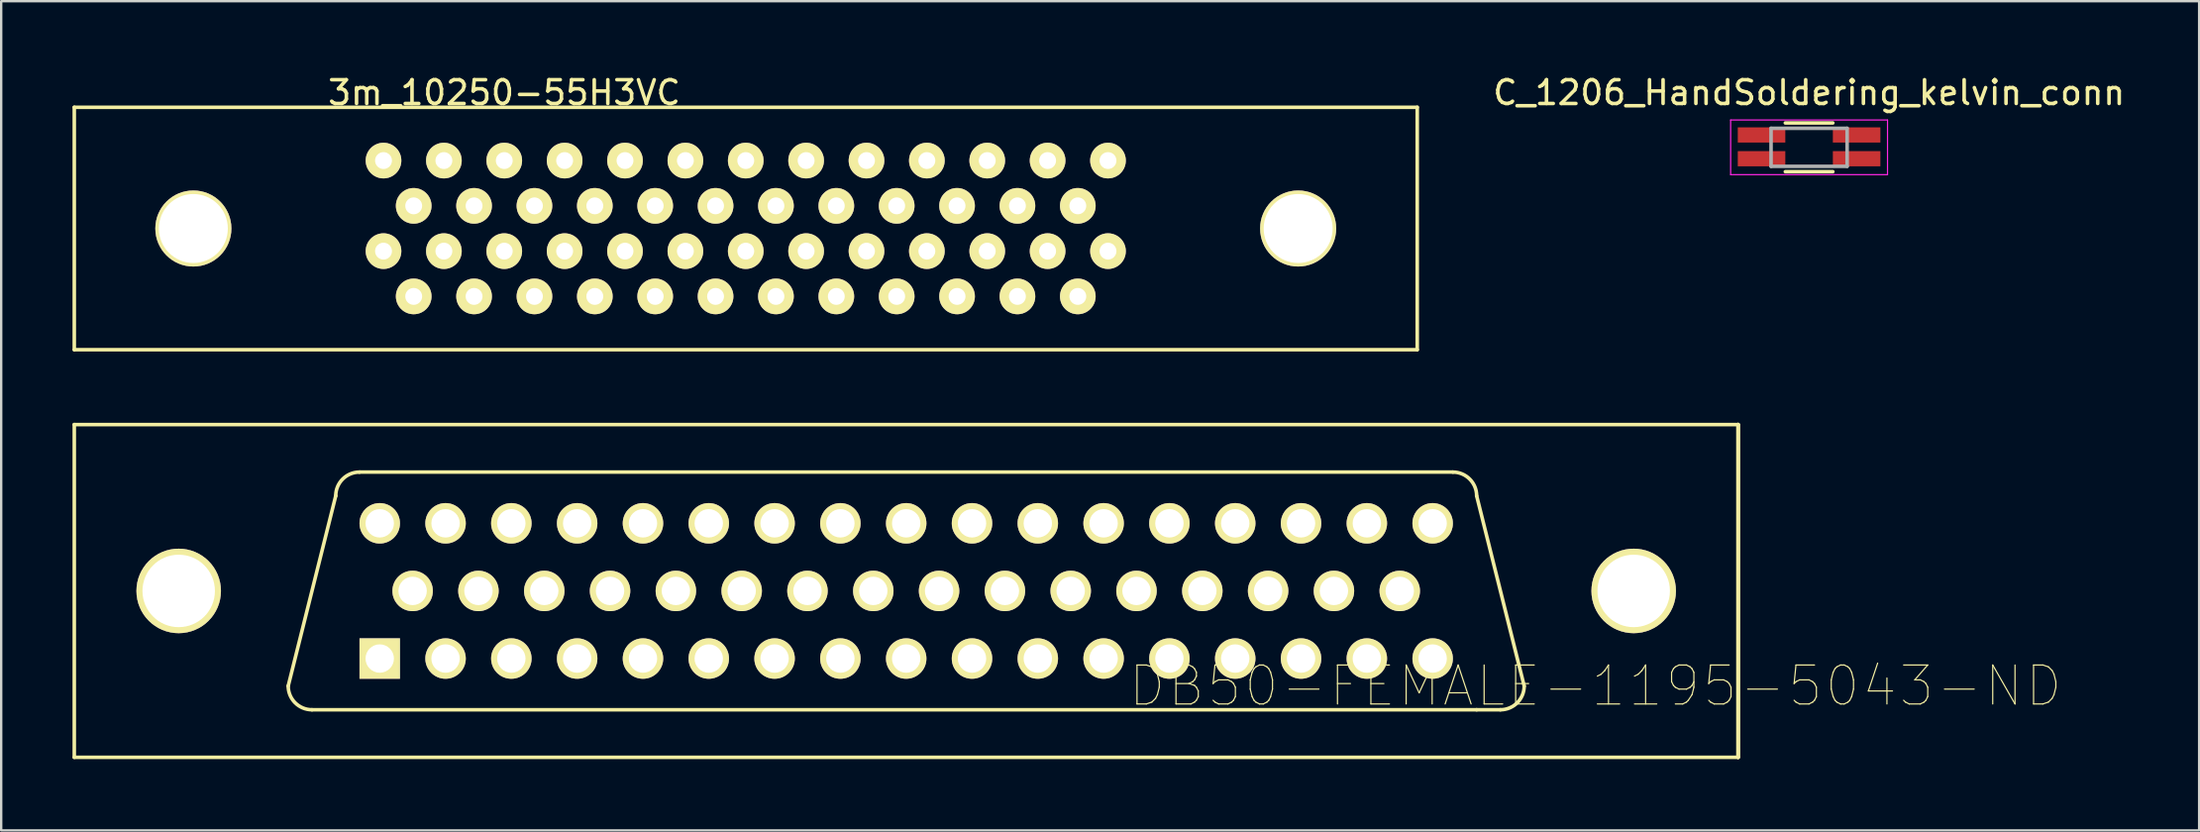
<source format=kicad_pcb>
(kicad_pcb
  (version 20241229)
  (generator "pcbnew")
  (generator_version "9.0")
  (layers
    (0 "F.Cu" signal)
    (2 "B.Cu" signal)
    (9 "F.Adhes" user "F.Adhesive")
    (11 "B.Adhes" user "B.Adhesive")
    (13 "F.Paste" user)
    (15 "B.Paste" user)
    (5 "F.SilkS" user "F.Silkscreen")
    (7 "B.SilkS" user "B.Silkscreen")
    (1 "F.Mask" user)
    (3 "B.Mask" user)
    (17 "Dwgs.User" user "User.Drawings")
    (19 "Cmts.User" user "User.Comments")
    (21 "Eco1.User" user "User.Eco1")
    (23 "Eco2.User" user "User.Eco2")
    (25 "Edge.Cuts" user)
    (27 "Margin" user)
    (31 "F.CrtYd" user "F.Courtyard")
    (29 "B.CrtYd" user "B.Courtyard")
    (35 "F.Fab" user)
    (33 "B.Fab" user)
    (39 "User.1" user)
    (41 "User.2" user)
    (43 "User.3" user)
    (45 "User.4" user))
  (footprint "DB50-FEMALE-1195-5043-ND"
    (layer "F.Cu")
    (at 34.075 21.813)
    (property "Reference" "DB50-FEMALE-1195-5043-ND" (at 30 4 180) (layer "F.SilkS") (effects (font (size 1.64 1.64) (thickness 0.05))))
    (attr through_hole)
    (fp_line (start -34 -7) (end -34 7) (stroke (width 0.15) (type solid)) (layer "F.SilkS"))
    (fp_line (start -34 -7) (end 36 -7) (stroke (width 0.15) (type solid)) (layer "F.SilkS"))
    (fp_line (start -25 4) (end -23 -4) (stroke (width 0.15) (type solid)) (layer "F.SilkS"))
    (fp_line (start 24 -5) (end -22 -5) (stroke (width 0.15) (type solid)) (layer "F.SilkS"))
    (fp_line (start 25 -4) (end 27 4) (stroke (width 0.15) (type solid)) (layer "F.SilkS"))
    (fp_line (start 25 5) (end -24 5) (stroke (width 0.15) (type solid)) (layer "F.SilkS"))
    (fp_line (start 25 5) (end 26 5) (stroke (width 0.15) (type solid)) (layer "F.SilkS"))
    (fp_line (start 36 -7) (end 36 7) (stroke (width 0.15) (type solid)) (layer "F.SilkS"))
    (fp_line (start 36 -7) (end 36 7) (stroke (width 0.15) (type solid)) (layer "F.SilkS"))
    (fp_line (start 36 7) (end -34 7) (stroke (width 0.15) (type solid)) (layer "F.SilkS"))
    (fp_line (start 36 7) (end 36 -7) (stroke (width 0.15) (type solid)) (layer "F.SilkS"))
    (fp_arc (start -24 5) (mid -24.707107 4.707107) (end -25 4) (stroke (width 0.15) (type solid)) (layer "F.SilkS"))
    (fp_arc (start -23 -4) (mid -22.707107 -4.707107) (end -22 -5) (stroke (width 0.15) (type solid)) (layer "F.SilkS"))
    (fp_arc (start 24 -5) (mid 24.707107 -4.707107) (end 25 -4) (stroke (width 0.15) (type solid)) (layer "F.SilkS"))
    (fp_arc (start 27 4) (mid 26.707107 4.707107) (end 26 5) (stroke (width 0.15) (type solid)) (layer "F.SilkS"))
    (pad "1" thru_hole rect (at -21.149 2.845 180) (size 1.702 1.702) (drill 1.194) (layers "*.Cu" "*.Mask" "F.SilkS"))
    (pad "2" thru_hole circle (at -18.38 2.845 180) (size 1.702 1.702) (drill 1.194) (layers "*.Cu" "*.Mask" "F.SilkS"))
    (pad "3" thru_hole circle (at -15.612 2.845 180) (size 1.702 1.702) (drill 1.194) (layers "*.Cu" "*.Mask" "F.SilkS"))
    (pad "4" thru_hole circle (at -12.843 2.845 180) (size 1.702 1.702) (drill 1.194) (layers "*.Cu" "*.Mask" "F.SilkS"))
    (pad "5" thru_hole circle (at -10.074 2.845 180) (size 1.702 1.702) (drill 1.194) (layers "*.Cu" "*.Mask" "F.SilkS"))
    (pad "6" thru_hole circle (at -7.306 2.845 180) (size 1.702 1.702) (drill 1.194) (layers "*.Cu" "*.Mask" "F.SilkS"))
    (pad "7" thru_hole circle (at -4.537 2.845 180) (size 1.702 1.702) (drill 1.194) (layers "*.Cu" "*.Mask" "F.SilkS"))
    (pad "8" thru_hole circle (at -1.769 2.845 180) (size 1.702 1.702) (drill 1.194) (layers "*.Cu" "*.Mask" "F.SilkS"))
    (pad "9" thru_hole circle (at 1 2.845 180) (size 1.702 1.702) (drill 1.194) (layers "*.Cu" "*.Mask" "F.SilkS"))
    (pad "10" thru_hole circle (at 3.769 2.845 180) (size 1.702 1.702) (drill 1.194) (layers "*.Cu" "*.Mask" "F.SilkS"))
    (pad "11" thru_hole circle (at 6.537 2.845 180) (size 1.702 1.702) (drill 1.194) (layers "*.Cu" "*.Mask" "F.SilkS"))
    (pad "12" thru_hole circle (at 9.306 2.845 180) (size 1.702 1.702) (drill 1.194) (layers "*.Cu" "*.Mask" "F.SilkS"))
    (pad "13" thru_hole circle (at 12.074 2.845 180) (size 1.702 1.702) (drill 1.194) (layers "*.Cu" "*.Mask" "F.SilkS"))
    (pad "14" thru_hole circle (at 14.843 2.845 180) (size 1.702 1.702) (drill 1.194) (layers "*.Cu" "*.Mask" "F.SilkS"))
    (pad "15" thru_hole circle (at 17.612 2.845 180) (size 1.702 1.702) (drill 1.194) (layers "*.Cu" "*.Mask" "F.SilkS"))
    (pad "16" thru_hole circle (at 20.38 2.845 180) (size 1.702 1.702) (drill 1.194) (layers "*.Cu" "*.Mask" "F.SilkS"))
    (pad "17" thru_hole circle (at 23.149 2.845 180) (size 1.702 1.702) (drill 1.194) (layers "*.Cu" "*.Mask" "F.SilkS"))
    (pad "18" thru_hole circle (at -19.765 0 180) (size 1.702 1.702) (drill 1.194) (layers "*.Cu" "*.Mask" "F.SilkS"))
    (pad "19" thru_hole circle (at -16.996 0 180) (size 1.702 1.702) (drill 1.194) (layers "*.Cu" "*.Mask" "F.SilkS"))
    (pad "20" thru_hole circle (at -14.227 0 180) (size 1.702 1.702) (drill 1.194) (layers "*.Cu" "*.Mask" "F.SilkS"))
    (pad "21" thru_hole circle (at -11.459 0 180) (size 1.702 1.702) (drill 1.194) (layers "*.Cu" "*.Mask" "F.SilkS"))
    (pad "22" thru_hole circle (at -8.69 0 180) (size 1.702 1.702) (drill 1.194) (layers "*.Cu" "*.Mask" "F.SilkS"))
    (pad "23" thru_hole circle (at -5.921 0 180) (size 1.702 1.702) (drill 1.194) (layers "*.Cu" "*.Mask" "F.SilkS"))
    (pad "24" thru_hole circle (at -3.153 0 180) (size 1.702 1.702) (drill 1.194) (layers "*.Cu" "*.Mask" "F.SilkS"))
    (pad "25" thru_hole circle (at -0.384 0 180) (size 1.702 1.702) (drill 1.194) (layers "*.Cu" "*.Mask" "F.SilkS"))
    (pad "26" thru_hole circle (at 2.384 0 180) (size 1.702 1.702) (drill 1.194) (layers "*.Cu" "*.Mask" "F.SilkS"))
    (pad "27" thru_hole circle (at 5.153 0 180) (size 1.702 1.702) (drill 1.194) (layers "*.Cu" "*.Mask" "F.SilkS"))
    (pad "28" thru_hole circle (at 7.921 0 180) (size 1.702 1.702) (drill 1.194) (layers "*.Cu" "*.Mask" "F.SilkS"))
    (pad "29" thru_hole circle (at 10.69 0 180) (size 1.702 1.702) (drill 1.194) (layers "*.Cu" "*.Mask" "F.SilkS"))
    (pad "30" thru_hole circle (at 13.459 0 180) (size 1.702 1.702) (drill 1.194) (layers "*.Cu" "*.Mask" "F.SilkS"))
    (pad "31" thru_hole circle (at 16.227 0 180) (size 1.702 1.702) (drill 1.194) (layers "*.Cu" "*.Mask" "F.SilkS"))
    (pad "32" thru_hole circle (at 18.996 0 180) (size 1.702 1.702) (drill 1.194) (layers "*.Cu" "*.Mask" "F.SilkS"))
    (pad "33" thru_hole circle (at 21.765 0 180) (size 1.702 1.702) (drill 1.194) (layers "*.Cu" "*.Mask" "F.SilkS"))
    (pad "34" thru_hole circle (at -21.149 -2.845 180) (size 1.702 1.702) (drill 1.194) (layers "*.Cu" "*.Mask" "F.SilkS"))
    (pad "35" thru_hole circle (at -18.38 -2.845 180) (size 1.702 1.702) (drill 1.194) (layers "*.Cu" "*.Mask" "F.SilkS"))
    (pad "36" thru_hole circle (at -15.612 -2.845 180) (size 1.702 1.702) (drill 1.194) (layers "*.Cu" "*.Mask" "F.SilkS"))
    (pad "37" thru_hole circle (at -12.843 -2.845 180) (size 1.702 1.702) (drill 1.194) (layers "*.Cu" "*.Mask" "F.SilkS"))
    (pad "38" thru_hole circle (at -10.074 -2.845 180) (size 1.702 1.702) (drill 1.194) (layers "*.Cu" "*.Mask" "F.SilkS"))
    (pad "39" thru_hole circle (at -7.306 -2.845 180) (size 1.702 1.702) (drill 1.194) (layers "*.Cu" "*.Mask" "F.SilkS"))
    (pad "40" thru_hole circle (at -4.537 -2.845 180) (size 1.702 1.702) (drill 1.194) (layers "*.Cu" "*.Mask" "F.SilkS"))
    (pad "41" thru_hole circle (at -1.769 -2.845 180) (size 1.702 1.702) (drill 1.194) (layers "*.Cu" "*.Mask" "F.SilkS"))
    (pad "42" thru_hole circle (at 1 -2.845 180) (size 1.702 1.702) (drill 1.194) (layers "*.Cu" "*.Mask" "F.SilkS"))
    (pad "43" thru_hole circle (at 3.769 -2.845 180) (size 1.702 1.702) (drill 1.194) (layers "*.Cu" "*.Mask" "F.SilkS"))
    (pad "44" thru_hole circle (at 6.537 -2.845 180) (size 1.702 1.702) (drill 1.194) (layers "*.Cu" "*.Mask" "F.SilkS"))
    (pad "45" thru_hole circle (at 9.306 -2.845 180) (size 1.702 1.702) (drill 1.194) (layers "*.Cu" "*.Mask" "F.SilkS"))
    (pad "46" thru_hole circle (at 12.074 -2.845 180) (size 1.702 1.702) (drill 1.194) (layers "*.Cu" "*.Mask" "F.SilkS"))
    (pad "47" thru_hole circle (at 14.843 -2.845 180) (size 1.702 1.702) (drill 1.194) (layers "*.Cu" "*.Mask" "F.SilkS"))
    (pad "48" thru_hole circle (at 17.612 -2.845 180) (size 1.702 1.702) (drill 1.194) (layers "*.Cu" "*.Mask" "F.SilkS"))
    (pad "49" thru_hole circle (at 20.38 -2.845 180) (size 1.702 1.702) (drill 1.194) (layers "*.Cu" "*.Mask" "F.SilkS"))
    (pad "50" thru_hole circle (at 23.149 -2.845 180) (size 1.702 1.702) (drill 1.194) (layers "*.Cu" "*.Mask" "F.SilkS"))
    (pad "51" thru_hole circle (at 31.607 0 180) (size 3.556 3.556) (drill 3.048) (layers "*.Cu" "*.Mask" "F.SilkS"))
    (pad "52" thru_hole circle (at -29.607 0 180) (size 3.556 3.556) (drill 3.048) (layers "*.Cu" "*.Mask" "F.SilkS")))
  (footprint "3m_10250-55H3VC"
    (layer "F.Cu")
    (at 28.325 5.611)
    (property "Reference" "3m_10250-55H3VC" (at -10.16 -4.763 0) (layer "F.SilkS") (effects (font (size 1 1) (thickness 0.15))))
    (attr through_hole)
    (fp_line (start -28.25 -4.147) (end -28.25 6.053) (stroke (width 0.15) (type solid)) (layer "F.SilkS"))
    (fp_line (start -28.25 -4.147) (end 28.25 -4.147) (stroke (width 0.15) (type solid)) (layer "F.SilkS"))
    (fp_line (start -28.25 6.053) (end 28.25 6.053) (stroke (width 0.15) (type solid)) (layer "F.SilkS"))
    (fp_line (start 28.25 -4.147) (end 28.25 6.053) (stroke (width 0.15) (type solid)) (layer "F.SilkS"))
    (pad "1" thru_hole circle (at -15.24 -1.905) (size 1.5 1.5) (drill 0.71) (layers "*.Cu" "*.Mask" "F.SilkS"))
    (pad "2" thru_hole circle (at -13.97 0) (size 1.5 1.5) (drill 0.71) (layers "*.Cu" "*.Mask" "F.SilkS"))
    (pad "3" thru_hole circle (at -12.7 -1.905) (size 1.5 1.5) (drill 0.71) (layers "*.Cu" "*.Mask" "F.SilkS"))
    (pad "4" thru_hole circle (at -11.43 0) (size 1.5 1.5) (drill 0.71) (layers "*.Cu" "*.Mask" "F.SilkS"))
    (pad "5" thru_hole circle (at -10.16 -1.905) (size 1.5 1.5) (drill 0.71) (layers "*.Cu" "*.Mask" "F.SilkS"))
    (pad "6" thru_hole circle (at -8.89 0) (size 1.5 1.5) (drill 0.71) (layers "*.Cu" "*.Mask" "F.SilkS"))
    (pad "7" thru_hole circle (at -7.62 -1.905) (size 1.5 1.5) (drill 0.71) (layers "*.Cu" "*.Mask" "F.SilkS"))
    (pad "8" thru_hole circle (at -6.35 0) (size 1.5 1.5) (drill 0.71) (layers "*.Cu" "*.Mask" "F.SilkS"))
    (pad "9" thru_hole circle (at -5.08 -1.905) (size 1.5 1.5) (drill 0.71) (layers "*.Cu" "*.Mask" "F.SilkS"))
    (pad "10" thru_hole circle (at -3.81 0) (size 1.5 1.5) (drill 0.71) (layers "*.Cu" "*.Mask" "F.SilkS"))
    (pad "11" thru_hole circle (at -2.54 -1.905) (size 1.5 1.5) (drill 0.71) (layers "*.Cu" "*.Mask" "F.SilkS"))
    (pad "12" thru_hole circle (at -1.27 0) (size 1.5 1.5) (drill 0.71) (layers "*.Cu" "*.Mask" "F.SilkS"))
    (pad "13" thru_hole circle (at 0 -1.905) (size 1.5 1.5) (drill 0.71) (layers "*.Cu" "*.Mask" "F.SilkS"))
    (pad "14" thru_hole circle (at 1.27 0) (size 1.5 1.5) (drill 0.71) (layers "*.Cu" "*.Mask" "F.SilkS"))
    (pad "15" thru_hole circle (at 2.54 -1.905) (size 1.5 1.5) (drill 0.71) (layers "*.Cu" "*.Mask" "F.SilkS"))
    (pad "16" thru_hole circle (at 3.81 0) (size 1.5 1.5) (drill 0.71) (layers "*.Cu" "*.Mask" "F.SilkS"))
    (pad "17" thru_hole circle (at 5.08 -1.905) (size 1.5 1.5) (drill 0.71) (layers "*.Cu" "*.Mask" "F.SilkS"))
    (pad "18" thru_hole circle (at 6.35 0) (size 1.5 1.5) (drill 0.71) (layers "*.Cu" "*.Mask" "F.SilkS"))
    (pad "19" thru_hole circle (at 7.62 -1.905) (size 1.5 1.5) (drill 0.71) (layers "*.Cu" "*.Mask" "F.SilkS"))
    (pad "20" thru_hole circle (at 8.89 0) (size 1.5 1.5) (drill 0.71) (layers "*.Cu" "*.Mask" "F.SilkS"))
    (pad "21" thru_hole circle (at 10.16 -1.905) (size 1.5 1.5) (drill 0.71) (layers "*.Cu" "*.Mask" "F.SilkS"))
    (pad "22" thru_hole circle (at 11.43 0) (size 1.5 1.5) (drill 0.71) (layers "*.Cu" "*.Mask" "F.SilkS"))
    (pad "23" thru_hole circle (at 12.7 -1.905) (size 1.5 1.5) (drill 0.71) (layers "*.Cu" "*.Mask" "F.SilkS"))
    (pad "24" thru_hole circle (at 13.97 0) (size 1.5 1.5) (drill 0.71) (layers "*.Cu" "*.Mask" "F.SilkS"))
    (pad "25" thru_hole circle (at 15.24 -1.905) (size 1.5 1.5) (drill 0.71) (layers "*.Cu" "*.Mask" "F.SilkS"))
    (pad "26" thru_hole circle (at -15.24 1.905) (size 1.5 1.5) (drill 0.71) (layers "*.Cu" "*.Mask" "F.SilkS"))
    (pad "27" thru_hole circle (at -13.97 3.81) (size 1.5 1.5) (drill 0.71) (layers "*.Cu" "*.Mask" "F.SilkS"))
    (pad "28" thru_hole circle (at -12.7 1.905) (size 1.5 1.5) (drill 0.71) (layers "*.Cu" "*.Mask" "F.SilkS"))
    (pad "29" thru_hole circle (at -11.43 3.81) (size 1.5 1.5) (drill 0.71) (layers "*.Cu" "*.Mask" "F.SilkS"))
    (pad "30" thru_hole circle (at -10.16 1.905) (size 1.5 1.5) (drill 0.71) (layers "*.Cu" "*.Mask" "F.SilkS"))
    (pad "31" thru_hole circle (at -8.89 3.81) (size 1.5 1.5) (drill 0.71) (layers "*.Cu" "*.Mask" "F.SilkS"))
    (pad "32" thru_hole circle (at -7.62 1.905) (size 1.5 1.5) (drill 0.71) (layers "*.Cu" "*.Mask" "F.SilkS"))
    (pad "33" thru_hole circle (at -6.35 3.81) (size 1.5 1.5) (drill 0.71) (layers "*.Cu" "*.Mask" "F.SilkS"))
    (pad "34" thru_hole circle (at -5.08 1.905) (size 1.5 1.5) (drill 0.71) (layers "*.Cu" "*.Mask" "F.SilkS"))
    (pad "35" thru_hole circle (at -3.81 3.81) (size 1.5 1.5) (drill 0.71) (layers "*.Cu" "*.Mask" "F.SilkS"))
    (pad "36" thru_hole circle (at -2.54 1.905) (size 1.5 1.5) (drill 0.71) (layers "*.Cu" "*.Mask" "F.SilkS"))
    (pad "37" thru_hole circle (at -1.27 3.81) (size 1.5 1.5) (drill 0.71) (layers "*.Cu" "*.Mask" "F.SilkS"))
    (pad "38" thru_hole circle (at 0 1.905) (size 1.5 1.5) (drill 0.71) (layers "*.Cu" "*.Mask" "F.SilkS"))
    (pad "39" thru_hole circle (at 1.27 3.81) (size 1.5 1.5) (drill 0.71) (layers "*.Cu" "*.Mask" "F.SilkS"))
    (pad "40" thru_hole circle (at 2.54 1.905) (size 1.5 1.5) (drill 0.71) (layers "*.Cu" "*.Mask" "F.SilkS"))
    (pad "41" thru_hole circle (at 3.81 3.81) (size 1.5 1.5) (drill 0.71) (layers "*.Cu" "*.Mask" "F.SilkS"))
    (pad "42" thru_hole circle (at 5.08 1.905) (size 1.5 1.5) (drill 0.71) (layers "*.Cu" "*.Mask" "F.SilkS"))
    (pad "43" thru_hole circle (at 6.35 3.81) (size 1.5 1.5) (drill 0.71) (layers "*.Cu" "*.Mask" "F.SilkS"))
    (pad "44" thru_hole circle (at 7.62 1.905) (size 1.5 1.5) (drill 0.71) (layers "*.Cu" "*.Mask" "F.SilkS"))
    (pad "45" thru_hole circle (at 8.89 3.81) (size 1.5 1.5) (drill 0.71) (layers "*.Cu" "*.Mask" "F.SilkS"))
    (pad "46" thru_hole circle (at 10.16 1.905) (size 1.5 1.5) (drill 0.71) (layers "*.Cu" "*.Mask" "F.SilkS"))
    (pad "47" thru_hole circle (at 11.43 3.81) (size 1.5 1.5) (drill 0.71) (layers "*.Cu" "*.Mask" "F.SilkS"))
    (pad "48" thru_hole circle (at 12.7 1.905) (size 1.5 1.5) (drill 0.71) (layers "*.Cu" "*.Mask" "F.SilkS"))
    (pad "49" thru_hole circle (at 13.97 3.81) (size 1.5 1.5) (drill 0.71) (layers "*.Cu" "*.Mask" "F.SilkS"))
    (pad "50" thru_hole circle (at 15.24 1.905) (size 1.5 1.5) (drill 0.71) (layers "*.Cu" "*.Mask" "F.SilkS"))
    (pad "51" thru_hole circle (at 23.24 0.953) (size 3.2 3.2) (drill 2.9) (layers "*.Cu" "*.Mask" "F.SilkS"))
    (pad "52" thru_hole circle (at -23.24 0.953) (size 3.2 3.2) (drill 2.9) (layers "*.Cu" "*.Mask" "F.SilkS")))
  (footprint "C_1206_HandSoldering_kelvin_conn"
    (layer "F.Cu")
    (at 73.061 3.148)
    (property "Reference" "C_1206_HandSoldering_kelvin_conn" (at 0 -2.3 0) (layer "F.SilkS") (effects (font (size 1 1) (thickness 0.15))))
    (attr smd)
    (fp_line (start -1 1.025) (end 1 1.025) (stroke (width 0.15) (type solid)) (layer "F.SilkS"))
    (fp_line (start 1 -1.025) (end -1 -1.025) (stroke (width 0.15) (type solid)) (layer "F.SilkS"))
    (fp_line (start -3.3 -1.15) (end -3.3 1.15) (stroke (width 0.05) (type solid)) (layer "F.CrtYd"))
    (fp_line (start -3.3 -1.15) (end 3.3 -1.15) (stroke (width 0.05) (type solid)) (layer "F.CrtYd"))
    (fp_line (start -3.3 1.15) (end 3.3 1.15) (stroke (width 0.05) (type solid)) (layer "F.CrtYd"))
    (fp_line (start 3.3 -1.15) (end 3.3 1.15) (stroke (width 0.05) (type solid)) (layer "F.CrtYd"))
    (fp_line (start -1.6 -0.8) (end 1.6 -0.8) (stroke (width 0.15) (type solid)) (layer "F.Fab"))
    (fp_line (start -1.6 0.8) (end -1.6 -0.8) (stroke (width 0.15) (type solid)) (layer "F.Fab"))
    (fp_line (start 1.6 -0.8) (end 1.6 0.8) (stroke (width 0.15) (type solid)) (layer "F.Fab"))
    (fp_line (start 1.6 0.8) (end -1.6 0.8) (stroke (width 0.15) (type solid)) (layer "F.Fab"))
    (pad "1" smd rect (at -2 -0.52) (size 2 0.64) (layers "F.Cu" "F.Mask" "F.Paste"))
    (pad "2" smd rect (at -2 0.48) (size 2 0.64) (layers "F.Cu" "F.Mask" "F.Paste"))
    (pad "3" smd rect (at 2 0.48) (size 2 0.64) (layers "F.Cu" "F.Mask" "F.Paste"))
    (pad "4" smd rect (at 2 -0.52) (size 2 0.64) (layers "F.Cu" "F.Mask" "F.Paste")))
  (gr_rect
    (start -3 -3)
    (end 89.471 31.888)
    (stroke (width 0.1) (type default))
    (fill no)
    (layer "Edge.Cuts")))
</source>
